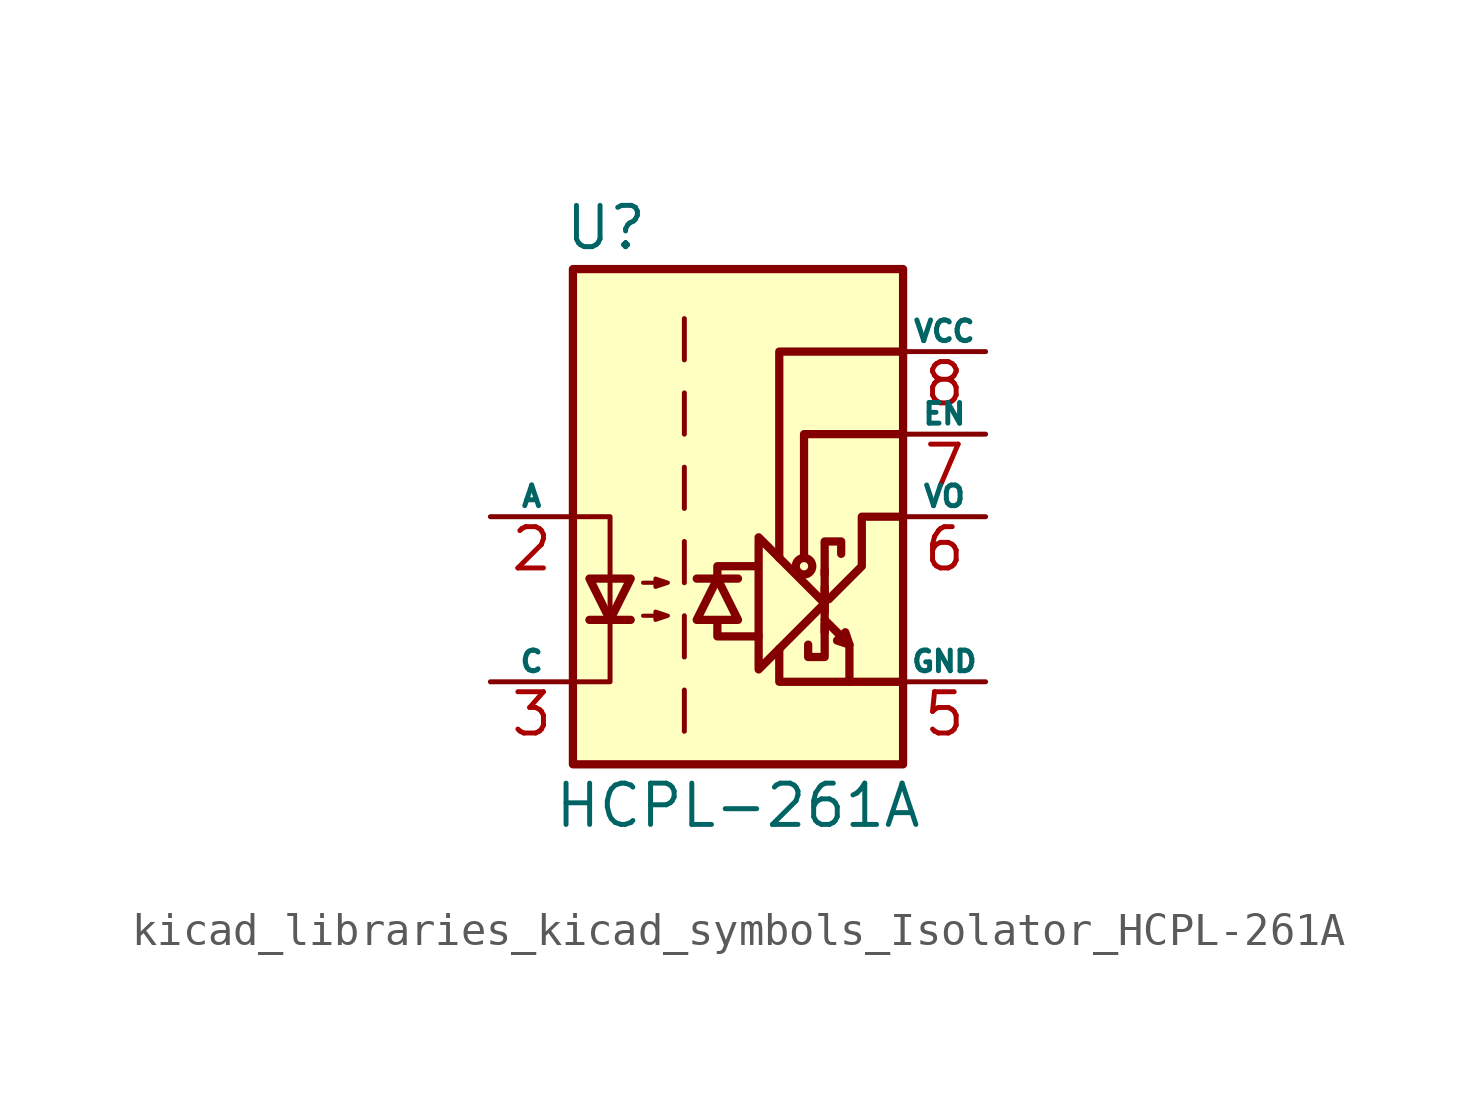
<source format=kicad_sym>
(kicad_symbol_lib
  (version 20220914)
  (generator kicad_symbol_editor)
  (symbol "kicad_libraries_kicad_symbols_Isolator_HCPL-261A"
    (pin_names
      (offset 0))
    (property "Reference" "U"
      (at -4.064 8.89 0)
      (effects (font (size 1.27 1.27))))
    (property "Value" "HCPL-261A"
      (at 0 -8.89 0)
      (effects (font (size 1.27 1.27))))
    (symbol "kicad_libraries_kicad_symbols_Isolator_HCPL-261A_0_1"
      (polyline (pts (xy 2.667 -3.556) (xy 2.667 -1.651)) (stroke (width 0.254) (type default)) (fill (type none)))
      (polyline (pts (xy 2.667 -2.159) (xy 2.667 -2.921)) (stroke (width 0.254) (type default)) (fill (type none)))
      (polyline (pts (xy 3.429 -3.937) (xy 3.429 -5.08)) (stroke (width 0.254) (type default)) (fill (type none)))
      (polyline (pts (xy -0.635 -3.302) (xy -0.635 -3.683) (xy 0.635 -3.683)) (stroke (width 0.254) (type default)) (fill (type none)))
      (polyline (pts (xy -0.635 -1.905) (xy -0.635 -1.524) (xy 0.508 -1.524)) (stroke (width 0.254) (type default)) (fill (type none)))
      (polyline (pts (xy 1.27 -4.064) (xy 1.27 -5.08) (xy 5.08 -5.08)) (stroke (width 0.254) (type default)) (fill (type none)))
      (polyline (pts (xy 1.27 -1.27) (xy 1.27 5.08) (xy 5.08 5.08)) (stroke (width 0.254) (type default)) (fill (type none)))
      (polyline (pts (xy 2.032 -1.27) (xy 2.032 2.54) (xy 5.08 2.54)) (stroke (width 0.254) (type default)) (fill (type none)))
      (polyline (pts (xy -5.08 -5.08) (xy -3.937 -5.08) (xy -3.937 0) (xy -5.08 0)) (stroke (width 0) (type default)) (fill (type none)))
      (polyline (pts (xy 2.667 -3.302) (xy 2.667 -4.318) (xy 2.159 -4.318) (xy 2.159 -3.937)) (stroke (width 0.254) (type default)) (fill (type none)))
      (polyline (pts (xy 2.667 -2.667) (xy 0.635 -4.699) (xy 0.635 -0.635) (xy 2.667 -2.667)) (stroke (width 0.254) (type default)) (fill (type none)))
      (polyline (pts (xy 2.667 -1.778) (xy 2.667 -0.762) (xy 3.175 -0.762) (xy 3.175 -1.143)) (stroke (width 0.254) (type default)) (fill (type none)))
      (polyline (pts (xy 2.794 -2.54) (xy 3.81 -1.524) (xy 3.81 0) (xy 5.08 0)) (stroke (width 0.254) (type default)) (fill (type none)))
      (polyline (pts (xy 2.667 -3.175) (xy 3.429 -3.937) (xy 3.302 -3.556) (xy 3.048 -3.81) (xy 3.429 -3.937)) (stroke (width 0.254) (type default)) (fill (type none)))
      (circle (center 2.032 -1.524) (radius 0.254) (stroke (width 0.254) (type default)) (fill (type none))))
    (symbol "kicad_libraries_kicad_symbols_Isolator_HCPL-261A_1_1"
      (rectangle (start -5.08 7.62) (end 5.08 -7.62) (stroke (width 0.254) (type default)) (fill (type background)))
      (polyline (pts (xy -4.572 -3.175) (xy -3.302 -3.175)) (stroke (width 0.254) (type default)) (fill (type none)))
      (polyline (pts (xy -1.651 -5.334) (xy -1.651 -6.604)) (stroke (width 0) (type default)) (fill (type none)))
      (polyline (pts (xy -1.651 -3.048) (xy -1.651 -4.318)) (stroke (width 0) (type default)) (fill (type none)))
      (polyline (pts (xy -1.651 -0.762) (xy -1.651 -2.032)) (stroke (width 0) (type default)) (fill (type none)))
      (polyline (pts (xy -1.651 1.524) (xy -1.651 0.254)) (stroke (width 0) (type default)) (fill (type none)))
      (polyline (pts (xy -1.651 3.81) (xy -1.651 2.54)) (stroke (width 0) (type default)) (fill (type none)))
      (polyline (pts (xy -1.651 6.096) (xy -1.651 4.826)) (stroke (width 0) (type default)) (fill (type none)))
      (polyline (pts (xy -1.27 -1.905) (xy 0 -1.905)) (stroke (width 0.254) (type default)) (fill (type none)))
      (polyline (pts (xy -3.937 -3.175) (xy -4.572 -1.905) (xy -3.302 -1.905) (xy -3.937 -3.175)) (stroke (width 0.254) (type default)) (fill (type none)))
      (polyline (pts (xy -0.635 -1.905) (xy -1.27 -3.175) (xy 0 -3.175) (xy -0.635 -1.905)) (stroke (width 0.254) (type default)) (fill (type none)))
      (polyline (pts (xy -2.921 -3.048) (xy -2.159 -3.048) (xy -2.54 -3.175) (xy -2.54 -2.921) (xy -2.159 -3.048)) (stroke (width 0.127) (type default)) (fill (type none)))
      (polyline (pts (xy -2.921 -2.032) (xy -2.159 -2.032) (xy -2.54 -2.159) (xy -2.54 -1.905) (xy -2.159 -2.032)) (stroke (width 0.127) (type default)) (fill (type none)))
      (pin no_connect line (at -5.08 5.08 0) (length 2.54) hide (name "NC" (effects (font (size 0.635 0.635)))) (number "1" (effects (font (size 1.27 1.27)))))
      (pin passive line (at -7.62 0 0) (length 2.54) (name "A" (effects (font (size 0.635 0.635)))) (number "2" (effects (font (size 1.27 1.27)))))
      (pin passive line (at -7.62 -5.08 0) (length 2.54) (name "C" (effects (font (size 0.635 0.635)))) (number "3" (effects (font (size 1.27 1.27)))))
      (pin power_in line (at 7.62 -5.08 180) (length 2.54) (name "GND" (effects (font (size 0.635 0.635)))) (number "5" (effects (font (size 1.27 1.27)))))
      (pin open_collector line (at 7.62 0 180) (length 2.54) (name "VO" (effects (font (size 0.635 0.635)))) (number "6" (effects (font (size 1.27 1.27)))))
      (pin input line (at 7.62 2.54 180) (length 2.54) (name "EN" (effects (font (size 0.635 0.635)))) (number "7" (effects (font (size 1.27 1.27)))))
      (pin power_in line (at 7.62 5.08 180) (length 2.54) (name "VCC" (effects (font (size 0.635 0.635)))) (number "8" (effects (font (size 1.27 1.27))))))))
</source>
